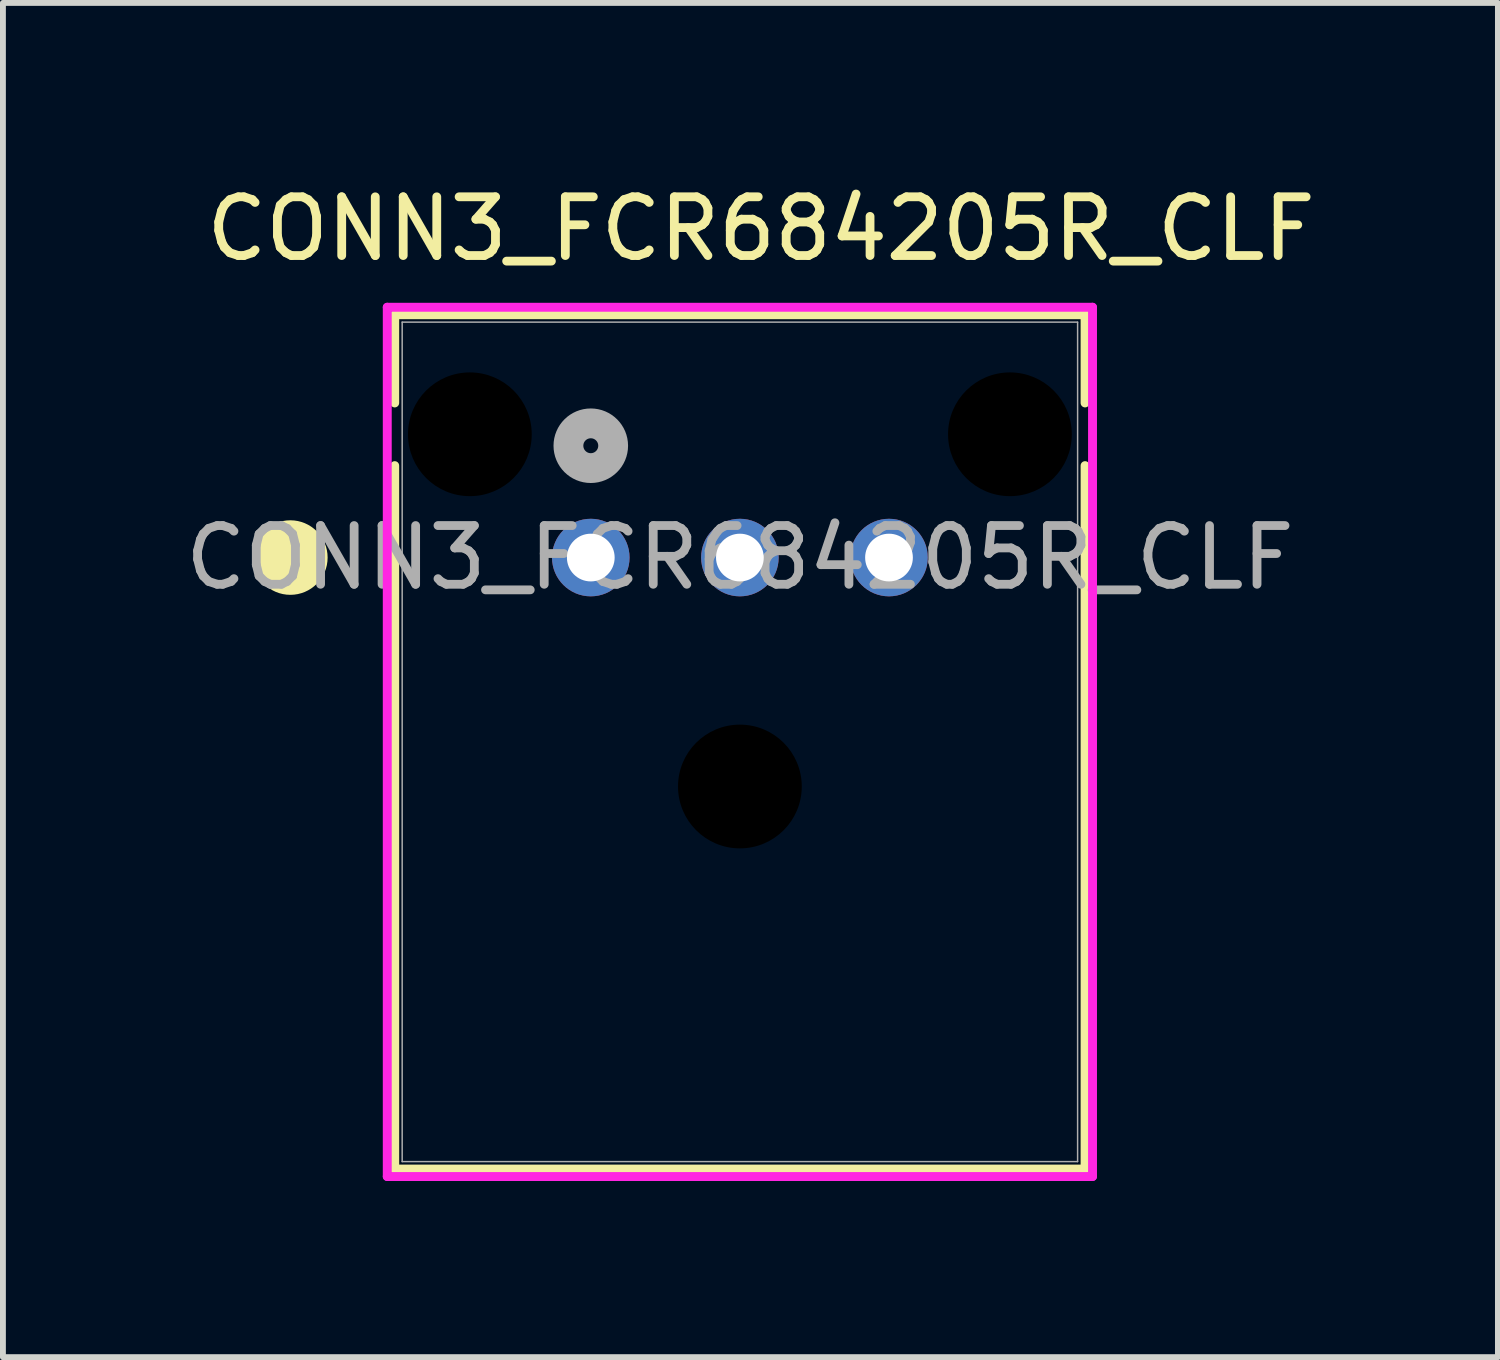
<source format=kicad_pcb>
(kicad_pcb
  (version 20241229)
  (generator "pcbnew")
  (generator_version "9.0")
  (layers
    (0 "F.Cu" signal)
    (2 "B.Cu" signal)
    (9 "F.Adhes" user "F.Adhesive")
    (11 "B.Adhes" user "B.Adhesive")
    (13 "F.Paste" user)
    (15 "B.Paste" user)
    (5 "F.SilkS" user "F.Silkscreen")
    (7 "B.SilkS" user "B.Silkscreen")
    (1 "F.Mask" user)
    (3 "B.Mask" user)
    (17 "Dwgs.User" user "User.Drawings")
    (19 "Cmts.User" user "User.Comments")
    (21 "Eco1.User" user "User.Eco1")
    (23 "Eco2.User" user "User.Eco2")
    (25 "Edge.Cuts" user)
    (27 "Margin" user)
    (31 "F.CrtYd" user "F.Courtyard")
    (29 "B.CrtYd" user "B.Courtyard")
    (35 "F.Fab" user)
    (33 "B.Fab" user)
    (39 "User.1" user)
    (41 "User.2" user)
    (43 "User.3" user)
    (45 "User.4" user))
  (footprint "CONN3_FCR684205R_CLF"
    (layer "F.Cu")
    (at 7.014 6.448)
    (property "Reference" "CONN3_FCR684205R_CLF" (at 2.9 -5.6 0) (unlocked yes) (layer "F.SilkS") (effects (font (size 1 1) (thickness 0.15))))
    (attr through_hole)
    (fp_line (start -3.34 -4.137) (end -3.34 -2.634) (stroke (width 0.152) (type solid)) (layer "F.SilkS"))
    (fp_line (start -3.34 -1.566) (end -3.34 10.417) (stroke (width 0.152) (type solid)) (layer "F.SilkS"))
    (fp_line (start -3.34 10.417) (end 8.42 10.417) (stroke (width 0.152) (type solid)) (layer "F.SilkS"))
    (fp_line (start 8.42 -4.137) (end -3.34 -4.137) (stroke (width 0.152) (type solid)) (layer "F.SilkS"))
    (fp_line (start 8.42 -2.634) (end 8.42 -4.137) (stroke (width 0.152) (type solid)) (layer "F.SilkS"))
    (fp_line (start 8.42 10.417) (end 8.42 -1.566) (stroke (width 0.152) (type solid)) (layer "F.SilkS"))
    (fp_circle (center -5.118 0) (end -4.737 0) (stroke (width 0.508) (type solid)) (fill yes) (layer "F.SilkS"))
    (fp_line (start -3.467 -4.264) (end -3.467 10.544) (stroke (width 0.152) (type solid)) (layer "F.CrtYd"))
    (fp_line (start -3.467 10.544) (end 8.547 10.544) (stroke (width 0.152) (type solid)) (layer "F.CrtYd"))
    (fp_line (start 8.547 -4.264) (end -3.467 -4.264) (stroke (width 0.152) (type solid)) (layer "F.CrtYd"))
    (fp_line (start 8.547 10.544) (end 8.547 -4.264) (stroke (width 0.152) (type solid)) (layer "F.CrtYd"))
    (fp_line (start -3.213 -4.01) (end -3.213 10.29) (stroke (width 0.025) (type solid)) (layer "F.Fab"))
    (fp_line (start -3.213 10.29) (end 8.293 10.29) (stroke (width 0.025) (type solid)) (layer "F.Fab"))
    (fp_line (start 8.293 -4.01) (end -3.213 -4.01) (stroke (width 0.025) (type solid)) (layer "F.Fab"))
    (fp_line (start 8.293 10.29) (end 8.293 -4.01) (stroke (width 0.025) (type solid)) (layer "F.Fab"))
    (fp_circle (center 0 -1.905) (end 0.381 -1.905) (stroke (width 0.508) (type solid)) (fill no) (layer "F.Fab"))
    (fp_text user "${REFERENCE}" (at 2.54 0 0) (unlocked yes) (layer "F.Fab") (effects (font (size 1 1) (thickness 0.15))))
    (pad "" np_thru_hole circle (at -2.06 -2.1) (size 2.108 2.108) (drill 2.108) (layers))
    (pad "" np_thru_hole circle (at 2.54 3.9) (size 2.108 2.108) (drill 2.108) (layers))
    (pad "" np_thru_hole circle (at 7.14 -2.1) (size 2.108 2.108) (drill 2.108) (layers))
    (pad "1" thru_hole circle (at 0 0) (size 1.321 1.321) (drill 0.813) (layers "*.Cu" "*.Mask"))
    (pad "2" thru_hole circle (at 2.54 0) (size 1.321 1.321) (drill 0.813) (layers "*.Cu" "*.Mask"))
    (pad "3" thru_hole circle (at 5.08 0) (size 1.321 1.321) (drill 0.813) (layers "*.Cu" "*.Mask")))
  (gr_rect
    (start -3 -3)
    (end 22.467 20.069)
    (stroke (width 0.1) (type default))
    (fill no)
    (layer "Edge.Cuts")))
</source>
